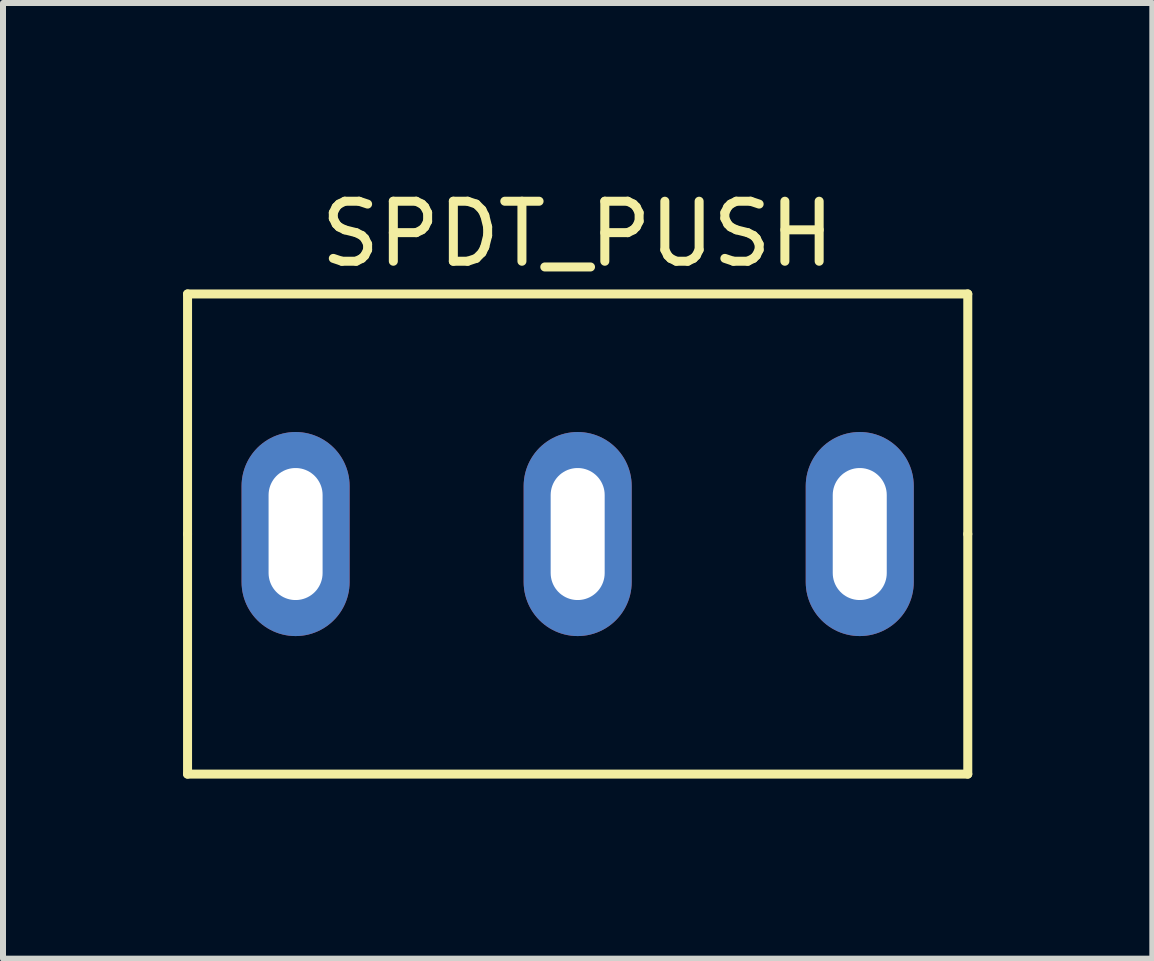
<source format=kicad_pcb>
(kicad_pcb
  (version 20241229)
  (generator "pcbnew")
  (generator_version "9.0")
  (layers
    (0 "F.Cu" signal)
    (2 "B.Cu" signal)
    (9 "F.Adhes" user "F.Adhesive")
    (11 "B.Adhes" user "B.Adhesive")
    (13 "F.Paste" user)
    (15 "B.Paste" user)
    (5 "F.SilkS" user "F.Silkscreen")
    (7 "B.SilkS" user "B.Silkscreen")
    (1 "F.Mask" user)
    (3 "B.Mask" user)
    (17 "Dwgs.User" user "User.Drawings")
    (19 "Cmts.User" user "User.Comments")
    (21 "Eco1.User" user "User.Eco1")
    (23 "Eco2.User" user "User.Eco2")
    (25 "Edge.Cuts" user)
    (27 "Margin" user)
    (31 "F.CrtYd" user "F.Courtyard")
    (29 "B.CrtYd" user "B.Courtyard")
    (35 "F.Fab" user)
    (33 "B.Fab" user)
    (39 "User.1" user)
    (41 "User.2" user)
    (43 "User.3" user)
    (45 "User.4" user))
  (footprint "SPDT_PUSH"
    (layer "F.Cu")
    (at 6.575 5.848)
    (property "Reference" "SPDT_PUSH" (at 0 -5 0) (layer "F.SilkS") (effects (font (size 1 1) (thickness 0.15))))
    (attr through_hole)
    (fp_line (start -6.5 0) (end -6.5 -4) (stroke (width 0.15) (type solid)) (layer "F.SilkS"))
    (fp_line (start -6.5 4) (end -6.5 0) (stroke (width 0.15) (type solid)) (layer "F.SilkS"))
    (fp_line (start 6.5 -4) (end -6.5 -4) (stroke (width 0.15) (type solid)) (layer "F.SilkS"))
    (fp_line (start 6.5 0) (end 6.5 -4) (stroke (width 0.15) (type solid)) (layer "F.SilkS"))
    (fp_line (start 6.5 4) (end -6.5 4) (stroke (width 0.15) (type solid)) (layer "F.SilkS"))
    (fp_line (start 6.5 4) (end 6.5 0) (stroke (width 0.15) (type solid)) (layer "F.SilkS"))
    (pad "1" thru_hole oval (at 4.7 0) (size 1.8 3.4) (drill oval 0.9 2.2) (layers "*.Cu" "*.Mask"))
    (pad "2" thru_hole oval (at 0 0) (size 1.8 3.4) (drill oval 0.9 2.2) (layers "*.Cu" "*.Mask"))
    (pad "3" thru_hole oval (at -4.7 0) (size 1.8 3.4) (drill oval 0.9 2.2) (layers "*.Cu" "*.Mask")))
  (gr_rect
    (start -3 -3)
    (end 16.15 12.923)
    (stroke (width 0.1) (type default))
    (fill no)
    (layer "Edge.Cuts")))
</source>
